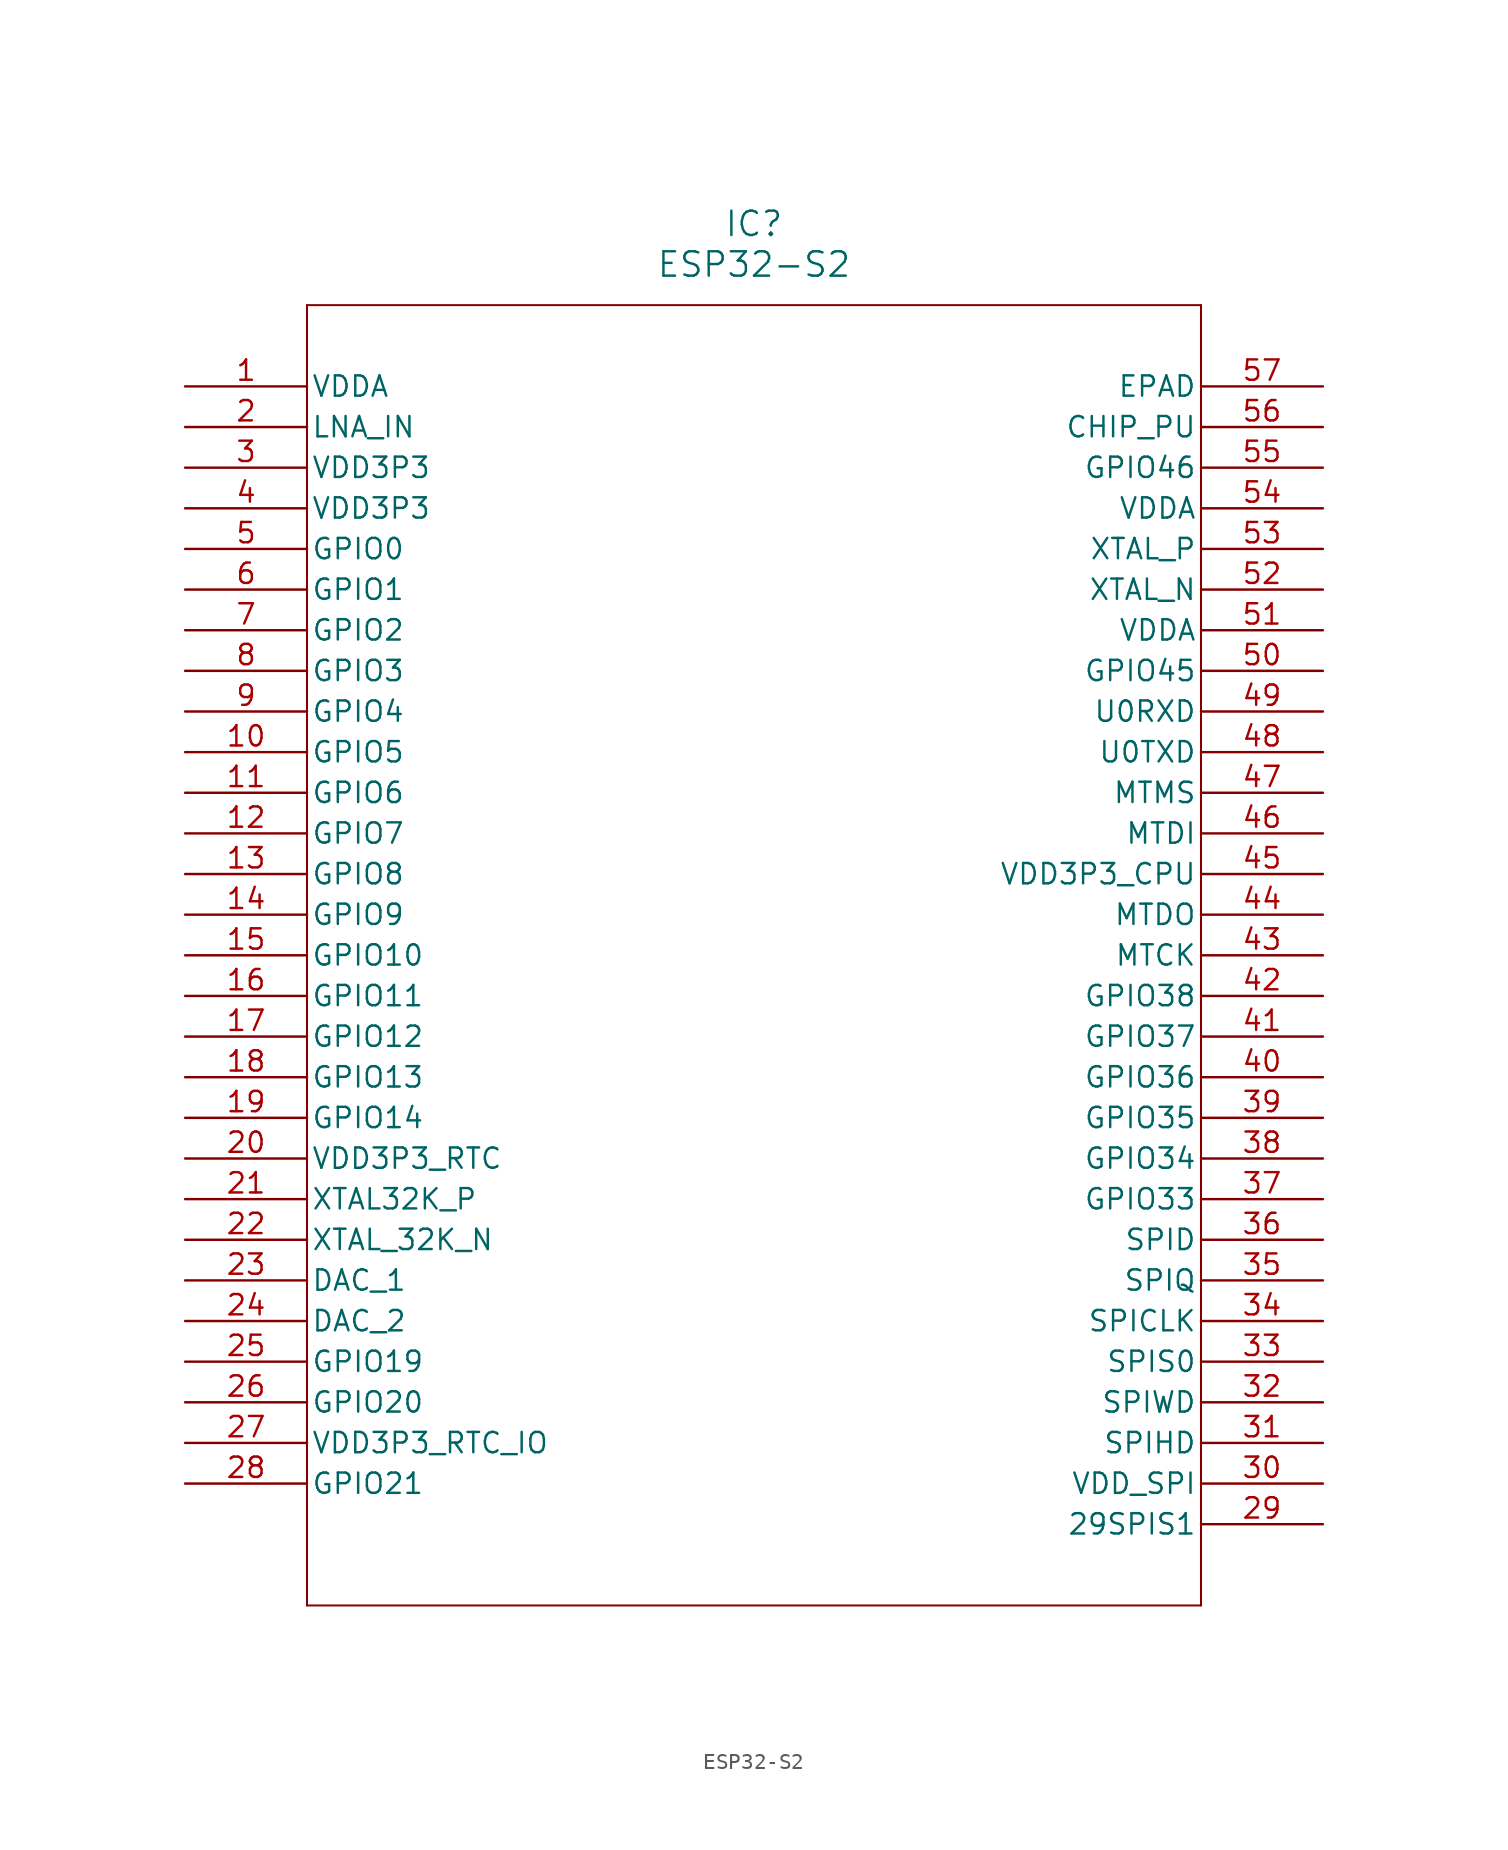
<source format=kicad_sym>
(kicad_symbol_lib
  (version 20211014)
  (generator kicad_symbol_editor)
  (symbol "ESP32-S2"
    (pin_names
      (offset 0.254))
    (property "Reference" "IC"
      (at 35.56 10.16 0)
      (effects (font (size 1.524 1.524))))
    (property "Value" "ESP32-S2"
      (at 35.56 7.62 0)
      (effects (font (size 1.524 1.524))))
    (symbol "ESP32-S2_0_1"
      (polyline (pts (xy 7.62 5.08) (xy 7.62 -76.2)) (stroke (width 0.127) (type default) (color 0 0 0 0)) (fill (type none)))
      (polyline (pts (xy 7.62 -76.2) (xy 63.5 -76.2)) (stroke (width 0.127) (type default) (color 0 0 0 0)) (fill (type none)))
      (polyline (pts (xy 63.5 -76.2) (xy 63.5 5.08)) (stroke (width 0.127) (type default) (color 0 0 0 0)) (fill (type none)))
      (polyline (pts (xy 63.5 5.08) (xy 7.62 5.08)) (stroke (width 0.127) (type default) (color 0 0 0 0)) (fill (type none)))
      (pin power_in line (at 0 0 0) (length 7.62) (name "VDDA" (effects (font (size 1.27 1.27)))) (number "1" (effects (font (size 1.27 1.27)))))
      (pin unspecified line (at 0 -2.54 0) (length 7.62) (name "LNA_IN" (effects (font (size 1.27 1.27)))) (number "2" (effects (font (size 1.27 1.27)))))
      (pin power_in line (at 0 -5.08 0) (length 7.62) (name "VDD3P3" (effects (font (size 1.27 1.27)))) (number "3" (effects (font (size 1.27 1.27)))))
      (pin power_in line (at 0 -7.62 0) (length 7.62) (name "VDD3P3" (effects (font (size 1.27 1.27)))) (number "4" (effects (font (size 1.27 1.27)))))
      (pin bidirectional line (at 0 -10.16 0) (length 7.62) (name "GPIO0" (effects (font (size 1.27 1.27)))) (number "5" (effects (font (size 1.27 1.27)))))
      (pin bidirectional line (at 0 -12.7 0) (length 7.62) (name "GPIO1" (effects (font (size 1.27 1.27)))) (number "6" (effects (font (size 1.27 1.27)))))
      (pin bidirectional line (at 0 -15.24 0) (length 7.62) (name "GPIO2" (effects (font (size 1.27 1.27)))) (number "7" (effects (font (size 1.27 1.27)))))
      (pin bidirectional line (at 0 -17.78 0) (length 7.62) (name "GPIO3" (effects (font (size 1.27 1.27)))) (number "8" (effects (font (size 1.27 1.27)))))
      (pin bidirectional line (at 0 -20.32 0) (length 7.62) (name "GPIO4" (effects (font (size 1.27 1.27)))) (number "9" (effects (font (size 1.27 1.27)))))
      (pin bidirectional line (at 0 -22.86 0) (length 7.62) (name "GPIO5" (effects (font (size 1.27 1.27)))) (number "10" (effects (font (size 1.27 1.27)))))
      (pin bidirectional line (at 0 -25.4 0) (length 7.62) (name "GPIO6" (effects (font (size 1.27 1.27)))) (number "11" (effects (font (size 1.27 1.27)))))
      (pin bidirectional line (at 0 -27.94 0) (length 7.62) (name "GPIO7" (effects (font (size 1.27 1.27)))) (number "12" (effects (font (size 1.27 1.27)))))
      (pin bidirectional line (at 0 -30.48 0) (length 7.62) (name "GPIO8" (effects (font (size 1.27 1.27)))) (number "13" (effects (font (size 1.27 1.27)))))
      (pin bidirectional line (at 0 -33.02 0) (length 7.62) (name "GPIO9" (effects (font (size 1.27 1.27)))) (number "14" (effects (font (size 1.27 1.27)))))
      (pin bidirectional line (at 0 -35.56 0) (length 7.62) (name "GPIO10" (effects (font (size 1.27 1.27)))) (number "15" (effects (font (size 1.27 1.27)))))
      (pin bidirectional line (at 0 -38.1 0) (length 7.62) (name "GPIO11" (effects (font (size 1.27 1.27)))) (number "16" (effects (font (size 1.27 1.27)))))
      (pin bidirectional line (at 0 -40.64 0) (length 7.62) (name "GPIO12" (effects (font (size 1.27 1.27)))) (number "17" (effects (font (size 1.27 1.27)))))
      (pin bidirectional line (at 0 -43.18 0) (length 7.62) (name "GPIO13" (effects (font (size 1.27 1.27)))) (number "18" (effects (font (size 1.27 1.27)))))
      (pin bidirectional line (at 0 -45.72 0) (length 7.62) (name "GPIO14" (effects (font (size 1.27 1.27)))) (number "19" (effects (font (size 1.27 1.27)))))
      (pin power_in line (at 0 -48.26 0) (length 7.62) (name "VDD3P3_RTC" (effects (font (size 1.27 1.27)))) (number "20" (effects (font (size 1.27 1.27)))))
      (pin unspecified line (at 0 -50.8 0) (length 7.62) (name "XTAL32K_P" (effects (font (size 1.27 1.27)))) (number "21" (effects (font (size 1.27 1.27)))))
      (pin unspecified line (at 0 -53.34 0) (length 7.62) (name "XTAL_32K_N" (effects (font (size 1.27 1.27)))) (number "22" (effects (font (size 1.27 1.27)))))
      (pin bidirectional line (at 0 -55.88 0) (length 7.62) (name "DAC_1" (effects (font (size 1.27 1.27)))) (number "23" (effects (font (size 1.27 1.27)))))
      (pin bidirectional line (at 0 -58.42 0) (length 7.62) (name "DAC_2" (effects (font (size 1.27 1.27)))) (number "24" (effects (font (size 1.27 1.27)))))
      (pin bidirectional line (at 0 -60.96 0) (length 7.62) (name "GPIO19" (effects (font (size 1.27 1.27)))) (number "25" (effects (font (size 1.27 1.27)))))
      (pin bidirectional line (at 0 -63.5 0) (length 7.62) (name "GPIO20" (effects (font (size 1.27 1.27)))) (number "26" (effects (font (size 1.27 1.27)))))
      (pin power_in line (at 0 -66.04 0) (length 7.62) (name "VDD3P3_RTC_IO" (effects (font (size 1.27 1.27)))) (number "27" (effects (font (size 1.27 1.27)))))
      (pin bidirectional line (at 0 -68.58 0) (length 7.62) (name "GPIO21" (effects (font (size 1.27 1.27)))) (number "28" (effects (font (size 1.27 1.27)))))
      (pin unspecified line (at 71.12 -71.12 180) (length 7.62) (name "29SPIS1" (effects (font (size 1.27 1.27)))) (number "29" (effects (font (size 1.27 1.27)))))
      (pin power_in line (at 71.12 -68.58 180) (length 7.62) (name "VDD_SPI" (effects (font (size 1.27 1.27)))) (number "30" (effects (font (size 1.27 1.27)))))
      (pin unspecified line (at 71.12 -66.04 180) (length 7.62) (name "SPIHD" (effects (font (size 1.27 1.27)))) (number "31" (effects (font (size 1.27 1.27)))))
      (pin unspecified line (at 71.12 -63.5 180) (length 7.62) (name "SPIWD" (effects (font (size 1.27 1.27)))) (number "32" (effects (font (size 1.27 1.27)))))
      (pin unspecified line (at 71.12 -60.96 180) (length 7.62) (name "SPIS0" (effects (font (size 1.27 1.27)))) (number "33" (effects (font (size 1.27 1.27)))))
      (pin unspecified line (at 71.12 -58.42 180) (length 7.62) (name "SPICLK" (effects (font (size 1.27 1.27)))) (number "34" (effects (font (size 1.27 1.27)))))
      (pin unspecified line (at 71.12 -55.88 180) (length 7.62) (name "SPIQ" (effects (font (size 1.27 1.27)))) (number "35" (effects (font (size 1.27 1.27)))))
      (pin unspecified line (at 71.12 -53.34 180) (length 7.62) (name "SPID" (effects (font (size 1.27 1.27)))) (number "36" (effects (font (size 1.27 1.27)))))
      (pin bidirectional line (at 71.12 -50.8 180) (length 7.62) (name "GPIO33" (effects (font (size 1.27 1.27)))) (number "37" (effects (font (size 1.27 1.27)))))
      (pin bidirectional line (at 71.12 -48.26 180) (length 7.62) (name "GPIO34" (effects (font (size 1.27 1.27)))) (number "38" (effects (font (size 1.27 1.27)))))
      (pin bidirectional line (at 71.12 -45.72 180) (length 7.62) (name "GPIO35" (effects (font (size 1.27 1.27)))) (number "39" (effects (font (size 1.27 1.27)))))
      (pin bidirectional line (at 71.12 -43.18 180) (length 7.62) (name "GPIO36" (effects (font (size 1.27 1.27)))) (number "40" (effects (font (size 1.27 1.27)))))
      (pin bidirectional line (at 71.12 -40.64 180) (length 7.62) (name "GPIO37" (effects (font (size 1.27 1.27)))) (number "41" (effects (font (size 1.27 1.27)))))
      (pin bidirectional line (at 71.12 -38.1 180) (length 7.62) (name "GPIO38" (effects (font (size 1.27 1.27)))) (number "42" (effects (font (size 1.27 1.27)))))
      (pin unspecified line (at 71.12 -35.56 180) (length 7.62) (name "MTCK" (effects (font (size 1.27 1.27)))) (number "43" (effects (font (size 1.27 1.27)))))
      (pin unspecified line (at 71.12 -33.02 180) (length 7.62) (name "MTDO" (effects (font (size 1.27 1.27)))) (number "44" (effects (font (size 1.27 1.27)))))
      (pin power_in line (at 71.12 -30.48 180) (length 7.62) (name "VDD3P3_CPU" (effects (font (size 1.27 1.27)))) (number "45" (effects (font (size 1.27 1.27)))))
      (pin unspecified line (at 71.12 -27.94 180) (length 7.62) (name "MTDI" (effects (font (size 1.27 1.27)))) (number "46" (effects (font (size 1.27 1.27)))))
      (pin unspecified line (at 71.12 -25.4 180) (length 7.62) (name "MTMS" (effects (font (size 1.27 1.27)))) (number "47" (effects (font (size 1.27 1.27)))))
      (pin bidirectional line (at 71.12 -22.86 180) (length 7.62) (name "U0TXD" (effects (font (size 1.27 1.27)))) (number "48" (effects (font (size 1.27 1.27)))))
      (pin bidirectional line (at 71.12 -20.32 180) (length 7.62) (name "U0RXD" (effects (font (size 1.27 1.27)))) (number "49" (effects (font (size 1.27 1.27)))))
      (pin bidirectional line (at 71.12 -17.78 180) (length 7.62) (name "GPIO45" (effects (font (size 1.27 1.27)))) (number "50" (effects (font (size 1.27 1.27)))))
      (pin power_in line (at 71.12 -15.24 180) (length 7.62) (name "VDDA" (effects (font (size 1.27 1.27)))) (number "51" (effects (font (size 1.27 1.27)))))
      (pin unspecified line (at 71.12 -12.7 180) (length 7.62) (name "XTAL_N" (effects (font (size 1.27 1.27)))) (number "52" (effects (font (size 1.27 1.27)))))
      (pin unspecified line (at 71.12 -10.16 180) (length 7.62) (name "XTAL_P" (effects (font (size 1.27 1.27)))) (number "53" (effects (font (size 1.27 1.27)))))
      (pin power_in line (at 71.12 -7.62 180) (length 7.62) (name "VDDA" (effects (font (size 1.27 1.27)))) (number "54" (effects (font (size 1.27 1.27)))))
      (pin bidirectional line (at 71.12 -5.08 180) (length 7.62) (name "GPIO46" (effects (font (size 1.27 1.27)))) (number "55" (effects (font (size 1.27 1.27)))))
      (pin unspecified line (at 71.12 -2.54 180) (length 7.62) (name "CHIP_PU" (effects (font (size 1.27 1.27)))) (number "56" (effects (font (size 1.27 1.27)))))
      (pin unspecified line (at 71.12 0 180) (length 7.62) (name "EPAD" (effects (font (size 1.27 1.27)))) (number "57" (effects (font (size 1.27 1.27))))))))
</source>
